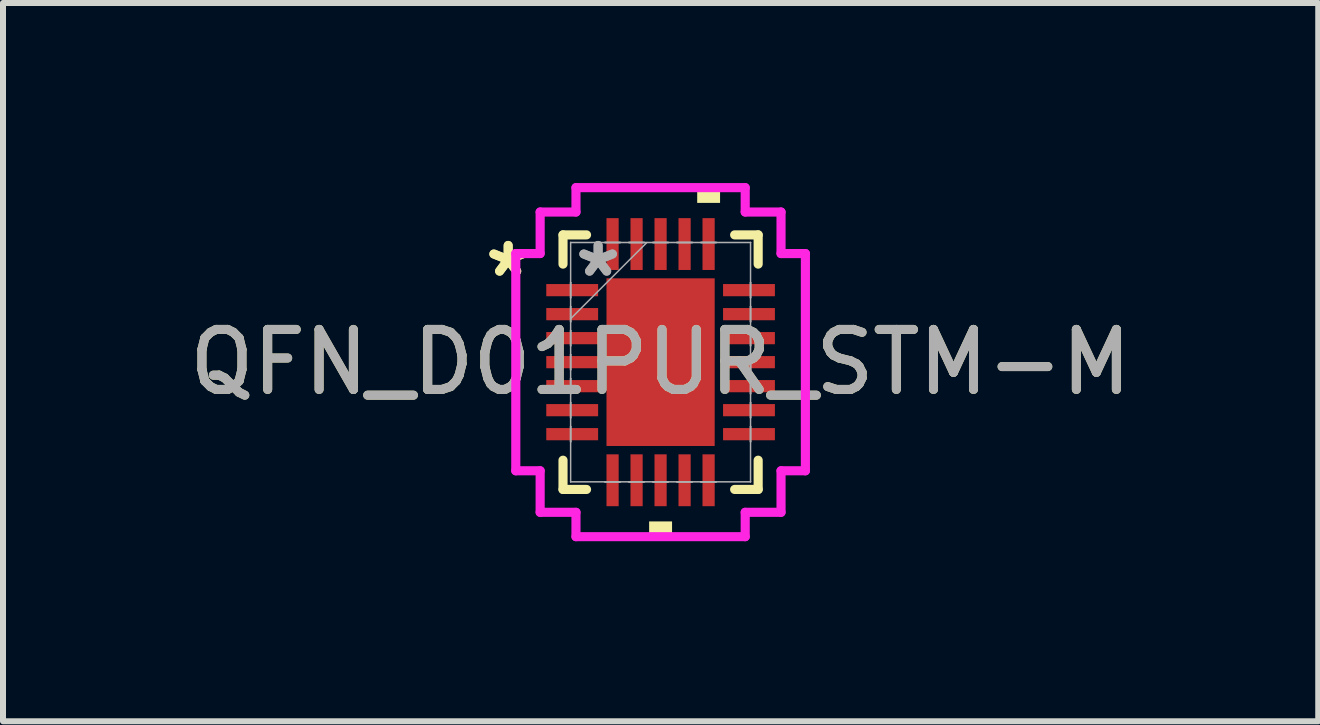
<source format=kicad_pcb>
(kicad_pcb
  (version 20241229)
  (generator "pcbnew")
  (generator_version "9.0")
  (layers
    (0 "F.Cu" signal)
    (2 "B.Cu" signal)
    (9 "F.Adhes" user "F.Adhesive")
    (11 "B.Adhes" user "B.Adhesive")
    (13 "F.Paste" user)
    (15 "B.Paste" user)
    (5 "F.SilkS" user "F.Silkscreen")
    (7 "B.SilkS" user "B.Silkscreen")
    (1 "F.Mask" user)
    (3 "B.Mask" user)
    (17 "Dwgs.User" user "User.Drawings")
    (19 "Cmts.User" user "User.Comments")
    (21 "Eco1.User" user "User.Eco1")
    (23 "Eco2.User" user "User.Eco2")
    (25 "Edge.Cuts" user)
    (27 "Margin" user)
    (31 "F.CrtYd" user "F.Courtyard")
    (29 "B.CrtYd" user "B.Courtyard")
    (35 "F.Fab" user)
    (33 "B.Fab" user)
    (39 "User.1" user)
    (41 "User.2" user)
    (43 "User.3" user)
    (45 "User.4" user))
  (footprint "QFN_D01PUR_STM-M"
    (layer "F.Cu")
    (at 7.958 2.985)
    (property "Reference" "QFN_D01PUR_STM-M" (at 0 0 0) (unlocked yes) (layer "F.SilkS") (effects (font (size 1 1) (thickness 0.15))))
    (attr smd)
    (fp_line (start -1.626 -2.121) (end -1.626 -1.634) (stroke (width 0.152) (type solid)) (layer "F.SilkS"))
    (fp_line (start -1.626 1.634) (end -1.626 2.121) (stroke (width 0.152) (type solid)) (layer "F.SilkS"))
    (fp_line (start -1.626 2.121) (end -1.234 2.121) (stroke (width 0.152) (type solid)) (layer "F.SilkS"))
    (fp_line (start -1.234 -2.121) (end -1.626 -2.121) (stroke (width 0.152) (type solid)) (layer "F.SilkS"))
    (fp_line (start 1.234 2.121) (end 1.626 2.121) (stroke (width 0.152) (type solid)) (layer "F.SilkS"))
    (fp_line (start 1.626 -2.121) (end 1.234 -2.121) (stroke (width 0.152) (type solid)) (layer "F.SilkS"))
    (fp_line (start 1.626 -1.634) (end 1.626 -2.121) (stroke (width 0.152) (type solid)) (layer "F.SilkS"))
    (fp_line (start 1.626 2.121) (end 1.626 1.634) (stroke (width 0.152) (type solid)) (layer "F.SilkS"))
    (fp_poly (pts (xy -0.191 2.654) (xy -0.191 2.908) (xy 0.191 2.908) (xy 0.191 2.654)) (stroke (width 0) (type solid)) (fill yes) (layer "F.SilkS"))
    (fp_poly (pts (xy 0.61 -2.654) (xy 0.61 -2.908) (xy 0.991 -2.908) (xy 0.991 -2.654)) (stroke (width 0) (type solid)) (fill yes) (layer "F.SilkS"))
    (fp_poly (pts (xy -0.802 -1.297) (xy -0.802 -0.1) (xy 0.802 -0.1) (xy 0.802 -1.297)) (stroke (width 0) (type solid)) (fill yes) (layer "F.Paste"))
    (fp_poly (pts (xy -0.802 0.1) (xy -0.802 1.297) (xy 0.802 1.297) (xy 0.802 0.1)) (stroke (width 0) (type solid)) (fill yes) (layer "F.Paste"))
    (fp_line (start -2.413 -1.81) (end -2.007 -1.81) (stroke (width 0.152) (type solid)) (layer "F.CrtYd"))
    (fp_line (start -2.413 1.81) (end -2.413 -1.81) (stroke (width 0.152) (type solid)) (layer "F.CrtYd"))
    (fp_line (start -2.007 -2.502) (end -1.41 -2.502) (stroke (width 0.152) (type solid)) (layer "F.CrtYd"))
    (fp_line (start -2.007 -1.81) (end -2.007 -2.502) (stroke (width 0.152) (type solid)) (layer "F.CrtYd"))
    (fp_line (start -2.007 1.81) (end -2.413 1.81) (stroke (width 0.152) (type solid)) (layer "F.CrtYd"))
    (fp_line (start -2.007 2.502) (end -2.007 1.81) (stroke (width 0.152) (type solid)) (layer "F.CrtYd"))
    (fp_line (start -1.41 -2.908) (end 1.41 -2.908) (stroke (width 0.152) (type solid)) (layer "F.CrtYd"))
    (fp_line (start -1.41 -2.502) (end -1.41 -2.908) (stroke (width 0.152) (type solid)) (layer "F.CrtYd"))
    (fp_line (start -1.41 2.502) (end -2.007 2.502) (stroke (width 0.152) (type solid)) (layer "F.CrtYd"))
    (fp_line (start -1.41 2.908) (end -1.41 2.502) (stroke (width 0.152) (type solid)) (layer "F.CrtYd"))
    (fp_line (start 1.41 -2.908) (end 1.41 -2.502) (stroke (width 0.152) (type solid)) (layer "F.CrtYd"))
    (fp_line (start 1.41 -2.502) (end 2.007 -2.502) (stroke (width 0.152) (type solid)) (layer "F.CrtYd"))
    (fp_line (start 1.41 2.502) (end 1.41 2.908) (stroke (width 0.152) (type solid)) (layer "F.CrtYd"))
    (fp_line (start 1.41 2.908) (end -1.41 2.908) (stroke (width 0.152) (type solid)) (layer "F.CrtYd"))
    (fp_line (start 2.007 -2.502) (end 2.007 -1.81) (stroke (width 0.152) (type solid)) (layer "F.CrtYd"))
    (fp_line (start 2.007 -1.81) (end 2.413 -1.81) (stroke (width 0.152) (type solid)) (layer "F.CrtYd"))
    (fp_line (start 2.007 1.81) (end 2.007 2.502) (stroke (width 0.152) (type solid)) (layer "F.CrtYd"))
    (fp_line (start 2.007 2.502) (end 1.41 2.502) (stroke (width 0.152) (type solid)) (layer "F.CrtYd"))
    (fp_line (start 2.413 -1.81) (end 2.413 1.81) (stroke (width 0.152) (type solid)) (layer "F.CrtYd"))
    (fp_line (start 2.413 1.81) (end 2.007 1.81) (stroke (width 0.152) (type solid)) (layer "F.CrtYd"))
    (fp_line (start -1.499 -1.994) (end -1.499 -1.994) (stroke (width 0.025) (type solid)) (layer "F.Fab"))
    (fp_line (start -1.499 -1.994) (end -1.499 1.994) (stroke (width 0.025) (type solid)) (layer "F.Fab"))
    (fp_line (start -1.499 -1.327) (end -1.499 -1.327) (stroke (width 0.025) (type solid)) (layer "F.Fab"))
    (fp_line (start -1.499 -1.327) (end -1.499 -1.073) (stroke (width 0.025) (type solid)) (layer "F.Fab"))
    (fp_line (start -1.499 -1.073) (end -1.499 -1.327) (stroke (width 0.025) (type solid)) (layer "F.Fab"))
    (fp_line (start -1.499 -1.073) (end -1.499 -1.073) (stroke (width 0.025) (type solid)) (layer "F.Fab"))
    (fp_line (start -1.499 -0.927) (end -1.499 -0.927) (stroke (width 0.025) (type solid)) (layer "F.Fab"))
    (fp_line (start -1.499 -0.927) (end -1.499 -0.673) (stroke (width 0.025) (type solid)) (layer "F.Fab"))
    (fp_line (start -1.499 -0.724) (end -0.229 -1.994) (stroke (width 0.025) (type solid)) (layer "F.Fab"))
    (fp_line (start -1.499 -0.673) (end -1.499 -0.927) (stroke (width 0.025) (type solid)) (layer "F.Fab"))
    (fp_line (start -1.499 -0.673) (end -1.499 -0.673) (stroke (width 0.025) (type solid)) (layer "F.Fab"))
    (fp_line (start -1.499 -0.527) (end -1.499 -0.527) (stroke (width 0.025) (type solid)) (layer "F.Fab"))
    (fp_line (start -1.499 -0.527) (end -1.499 -0.273) (stroke (width 0.025) (type solid)) (layer "F.Fab"))
    (fp_line (start -1.499 -0.273) (end -1.499 -0.527) (stroke (width 0.025) (type solid)) (layer "F.Fab"))
    (fp_line (start -1.499 -0.273) (end -1.499 -0.273) (stroke (width 0.025) (type solid)) (layer "F.Fab"))
    (fp_line (start -1.499 -0.127) (end -1.499 -0.127) (stroke (width 0.025) (type solid)) (layer "F.Fab"))
    (fp_line (start -1.499 -0.127) (end -1.499 0.127) (stroke (width 0.025) (type solid)) (layer "F.Fab"))
    (fp_line (start -1.499 0.127) (end -1.499 -0.127) (stroke (width 0.025) (type solid)) (layer "F.Fab"))
    (fp_line (start -1.499 0.127) (end -1.499 0.127) (stroke (width 0.025) (type solid)) (layer "F.Fab"))
    (fp_line (start -1.499 0.273) (end -1.499 0.273) (stroke (width 0.025) (type solid)) (layer "F.Fab"))
    (fp_line (start -1.499 0.273) (end -1.499 0.527) (stroke (width 0.025) (type solid)) (layer "F.Fab"))
    (fp_line (start -1.499 0.527) (end -1.499 0.273) (stroke (width 0.025) (type solid)) (layer "F.Fab"))
    (fp_line (start -1.499 0.527) (end -1.499 0.527) (stroke (width 0.025) (type solid)) (layer "F.Fab"))
    (fp_line (start -1.499 0.673) (end -1.499 0.673) (stroke (width 0.025) (type solid)) (layer "F.Fab"))
    (fp_line (start -1.499 0.673) (end -1.499 0.927) (stroke (width 0.025) (type solid)) (layer "F.Fab"))
    (fp_line (start -1.499 0.927) (end -1.499 0.673) (stroke (width 0.025) (type solid)) (layer "F.Fab"))
    (fp_line (start -1.499 0.927) (end -1.499 0.927) (stroke (width 0.025) (type solid)) (layer "F.Fab"))
    (fp_line (start -1.499 1.073) (end -1.499 1.073) (stroke (width 0.025) (type solid)) (layer "F.Fab"))
    (fp_line (start -1.499 1.073) (end -1.499 1.327) (stroke (width 0.025) (type solid)) (layer "F.Fab"))
    (fp_line (start -1.499 1.327) (end -1.499 1.073) (stroke (width 0.025) (type solid)) (layer "F.Fab"))
    (fp_line (start -1.499 1.327) (end -1.499 1.327) (stroke (width 0.025) (type solid)) (layer "F.Fab"))
    (fp_line (start -1.499 1.994) (end -1.499 1.994) (stroke (width 0.025) (type solid)) (layer "F.Fab"))
    (fp_line (start -1.499 1.994) (end 1.499 1.994) (stroke (width 0.025) (type solid)) (layer "F.Fab"))
    (fp_line (start -0.927 -1.994) (end -0.927 -1.994) (stroke (width 0.025) (type solid)) (layer "F.Fab"))
    (fp_line (start -0.927 -1.994) (end -0.673 -1.994) (stroke (width 0.025) (type solid)) (layer "F.Fab"))
    (fp_line (start -0.927 1.994) (end -0.927 1.994) (stroke (width 0.025) (type solid)) (layer "F.Fab"))
    (fp_line (start -0.927 1.994) (end -0.673 1.994) (stroke (width 0.025) (type solid)) (layer "F.Fab"))
    (fp_line (start -0.673 -1.994) (end -0.927 -1.994) (stroke (width 0.025) (type solid)) (layer "F.Fab"))
    (fp_line (start -0.673 -1.994) (end -0.673 -1.994) (stroke (width 0.025) (type solid)) (layer "F.Fab"))
    (fp_line (start -0.673 1.994) (end -0.927 1.994) (stroke (width 0.025) (type solid)) (layer "F.Fab"))
    (fp_line (start -0.673 1.994) (end -0.673 1.994) (stroke (width 0.025) (type solid)) (layer "F.Fab"))
    (fp_line (start -0.527 -1.994) (end -0.527 -1.994) (stroke (width 0.025) (type solid)) (layer "F.Fab"))
    (fp_line (start -0.527 -1.994) (end -0.273 -1.994) (stroke (width 0.025) (type solid)) (layer "F.Fab"))
    (fp_line (start -0.527 1.994) (end -0.527 1.994) (stroke (width 0.025) (type solid)) (layer "F.Fab"))
    (fp_line (start -0.527 1.994) (end -0.273 1.994) (stroke (width 0.025) (type solid)) (layer "F.Fab"))
    (fp_line (start -0.273 -1.994) (end -0.527 -1.994) (stroke (width 0.025) (type solid)) (layer "F.Fab"))
    (fp_line (start -0.273 -1.994) (end -0.273 -1.994) (stroke (width 0.025) (type solid)) (layer "F.Fab"))
    (fp_line (start -0.273 1.994) (end -0.527 1.994) (stroke (width 0.025) (type solid)) (layer "F.Fab"))
    (fp_line (start -0.273 1.994) (end -0.273 1.994) (stroke (width 0.025) (type solid)) (layer "F.Fab"))
    (fp_line (start -0.127 -1.994) (end -0.127 -1.994) (stroke (width 0.025) (type solid)) (layer "F.Fab"))
    (fp_line (start -0.127 -1.994) (end 0.127 -1.994) (stroke (width 0.025) (type solid)) (layer "F.Fab"))
    (fp_line (start -0.127 1.994) (end -0.127 1.994) (stroke (width 0.025) (type solid)) (layer "F.Fab"))
    (fp_line (start -0.127 1.994) (end 0.127 1.994) (stroke (width 0.025) (type solid)) (layer "F.Fab"))
    (fp_line (start 0.127 -1.994) (end -0.127 -1.994) (stroke (width 0.025) (type solid)) (layer "F.Fab"))
    (fp_line (start 0.127 -1.994) (end 0.127 -1.994) (stroke (width 0.025) (type solid)) (layer "F.Fab"))
    (fp_line (start 0.127 1.994) (end -0.127 1.994) (stroke (width 0.025) (type solid)) (layer "F.Fab"))
    (fp_line (start 0.127 1.994) (end 0.127 1.994) (stroke (width 0.025) (type solid)) (layer "F.Fab"))
    (fp_line (start 0.273 -1.994) (end 0.273 -1.994) (stroke (width 0.025) (type solid)) (layer "F.Fab"))
    (fp_line (start 0.273 -1.994) (end 0.527 -1.994) (stroke (width 0.025) (type solid)) (layer "F.Fab"))
    (fp_line (start 0.273 1.994) (end 0.273 1.994) (stroke (width 0.025) (type solid)) (layer "F.Fab"))
    (fp_line (start 0.273 1.994) (end 0.527 1.994) (stroke (width 0.025) (type solid)) (layer "F.Fab"))
    (fp_line (start 0.527 -1.994) (end 0.273 -1.994) (stroke (width 0.025) (type solid)) (layer "F.Fab"))
    (fp_line (start 0.527 -1.994) (end 0.527 -1.994) (stroke (width 0.025) (type solid)) (layer "F.Fab"))
    (fp_line (start 0.527 1.994) (end 0.273 1.994) (stroke (width 0.025) (type solid)) (layer "F.Fab"))
    (fp_line (start 0.527 1.994) (end 0.527 1.994) (stroke (width 0.025) (type solid)) (layer "F.Fab"))
    (fp_line (start 0.673 -1.994) (end 0.673 -1.994) (stroke (width 0.025) (type solid)) (layer "F.Fab"))
    (fp_line (start 0.673 -1.994) (end 0.927 -1.994) (stroke (width 0.025) (type solid)) (layer "F.Fab"))
    (fp_line (start 0.673 1.994) (end 0.673 1.994) (stroke (width 0.025) (type solid)) (layer "F.Fab"))
    (fp_line (start 0.673 1.994) (end 0.927 1.994) (stroke (width 0.025) (type solid)) (layer "F.Fab"))
    (fp_line (start 0.927 -1.994) (end 0.673 -1.994) (stroke (width 0.025) (type solid)) (layer "F.Fab"))
    (fp_line (start 0.927 -1.994) (end 0.927 -1.994) (stroke (width 0.025) (type solid)) (layer "F.Fab"))
    (fp_line (start 0.927 1.994) (end 0.673 1.994) (stroke (width 0.025) (type solid)) (layer "F.Fab"))
    (fp_line (start 0.927 1.994) (end 0.927 1.994) (stroke (width 0.025) (type solid)) (layer "F.Fab"))
    (fp_line (start 1.499 -1.994) (end -1.499 -1.994) (stroke (width 0.025) (type solid)) (layer "F.Fab"))
    (fp_line (start 1.499 -1.994) (end 1.499 -1.994) (stroke (width 0.025) (type solid)) (layer "F.Fab"))
    (fp_line (start 1.499 -1.327) (end 1.499 -1.327) (stroke (width 0.025) (type solid)) (layer "F.Fab"))
    (fp_line (start 1.499 -1.327) (end 1.499 -1.073) (stroke (width 0.025) (type solid)) (layer "F.Fab"))
    (fp_line (start 1.499 -1.073) (end 1.499 -1.327) (stroke (width 0.025) (type solid)) (layer "F.Fab"))
    (fp_line (start 1.499 -1.073) (end 1.499 -1.073) (stroke (width 0.025) (type solid)) (layer "F.Fab"))
    (fp_line (start 1.499 -0.927) (end 1.499 -0.927) (stroke (width 0.025) (type solid)) (layer "F.Fab"))
    (fp_line (start 1.499 -0.927) (end 1.499 -0.673) (stroke (width 0.025) (type solid)) (layer "F.Fab"))
    (fp_line (start 1.499 -0.673) (end 1.499 -0.927) (stroke (width 0.025) (type solid)) (layer "F.Fab"))
    (fp_line (start 1.499 -0.673) (end 1.499 -0.673) (stroke (width 0.025) (type solid)) (layer "F.Fab"))
    (fp_line (start 1.499 -0.527) (end 1.499 -0.527) (stroke (width 0.025) (type solid)) (layer "F.Fab"))
    (fp_line (start 1.499 -0.527) (end 1.499 -0.273) (stroke (width 0.025) (type solid)) (layer "F.Fab"))
    (fp_line (start 1.499 -0.273) (end 1.499 -0.527) (stroke (width 0.025) (type solid)) (layer "F.Fab"))
    (fp_line (start 1.499 -0.273) (end 1.499 -0.273) (stroke (width 0.025) (type solid)) (layer "F.Fab"))
    (fp_line (start 1.499 -0.127) (end 1.499 -0.127) (stroke (width 0.025) (type solid)) (layer "F.Fab"))
    (fp_line (start 1.499 -0.127) (end 1.499 0.127) (stroke (width 0.025) (type solid)) (layer "F.Fab"))
    (fp_line (start 1.499 0.127) (end 1.499 -0.127) (stroke (width 0.025) (type solid)) (layer "F.Fab"))
    (fp_line (start 1.499 0.127) (end 1.499 0.127) (stroke (width 0.025) (type solid)) (layer "F.Fab"))
    (fp_line (start 1.499 0.273) (end 1.499 0.273) (stroke (width 0.025) (type solid)) (layer "F.Fab"))
    (fp_line (start 1.499 0.273) (end 1.499 0.527) (stroke (width 0.025) (type solid)) (layer "F.Fab"))
    (fp_line (start 1.499 0.527) (end 1.499 0.273) (stroke (width 0.025) (type solid)) (layer "F.Fab"))
    (fp_line (start 1.499 0.527) (end 1.499 0.527) (stroke (width 0.025) (type solid)) (layer "F.Fab"))
    (fp_line (start 1.499 0.673) (end 1.499 0.673) (stroke (width 0.025) (type solid)) (layer "F.Fab"))
    (fp_line (start 1.499 0.673) (end 1.499 0.927) (stroke (width 0.025) (type solid)) (layer "F.Fab"))
    (fp_line (start 1.499 0.927) (end 1.499 0.673) (stroke (width 0.025) (type solid)) (layer "F.Fab"))
    (fp_line (start 1.499 0.927) (end 1.499 0.927) (stroke (width 0.025) (type solid)) (layer "F.Fab"))
    (fp_line (start 1.499 1.073) (end 1.499 1.073) (stroke (width 0.025) (type solid)) (layer "F.Fab"))
    (fp_line (start 1.499 1.073) (end 1.499 1.327) (stroke (width 0.025) (type solid)) (layer "F.Fab"))
    (fp_line (start 1.499 1.327) (end 1.499 1.073) (stroke (width 0.025) (type solid)) (layer "F.Fab"))
    (fp_line (start 1.499 1.327) (end 1.499 1.327) (stroke (width 0.025) (type solid)) (layer "F.Fab"))
    (fp_line (start 1.499 1.994) (end 1.499 -1.994) (stroke (width 0.025) (type solid)) (layer "F.Fab"))
    (fp_line (start 1.499 1.994) (end 1.499 1.994) (stroke (width 0.025) (type solid)) (layer "F.Fab"))
    (fp_text user "*" (at -2.54 -1.4 0) (layer "F.SilkS") (effects (font (size 1 1) (thickness 0.15))))
    (fp_text user "*" (at -2.54 -1.4 0) (unlocked yes) (layer "F.SilkS") (effects (font (size 1 1) (thickness 0.15))))
    (fp_text user "*" (at -1.041 -1.4 0) (unlocked yes) (layer "F.Fab") (effects (font (size 1 1) (thickness 0.15))))
    (fp_text user "${REFERENCE}" (at 0 0 0) (unlocked yes) (layer "F.Fab") (effects (font (size 1 1) (thickness 0.15))))
    (fp_text user "*" (at -1.041 -1.4 0) (layer "F.Fab") (effects (font (size 1 1) (thickness 0.15))))
    (pad "1" smd rect (at -1.473 -1.2 90) (size 0.203 0.864) (layers "F.Cu" "F.Mask" "F.Paste"))
    (pad "2" smd rect (at -1.473 -0.8 90) (size 0.203 0.864) (layers "F.Cu" "F.Mask" "F.Paste"))
    (pad "3" smd rect (at -1.473 -0.4 90) (size 0.203 0.864) (layers "F.Cu" "F.Mask" "F.Paste"))
    (pad "4" smd rect (at -1.473 0 90) (size 0.203 0.864) (layers "F.Cu" "F.Mask" "F.Paste"))
    (pad "5" smd rect (at -1.473 0.4 90) (size 0.203 0.864) (layers "F.Cu" "F.Mask" "F.Paste"))
    (pad "6" smd rect (at -1.473 0.8 90) (size 0.203 0.864) (layers "F.Cu" "F.Mask" "F.Paste"))
    (pad "7" smd rect (at -1.473 1.2 90) (size 0.203 0.864) (layers "F.Cu" "F.Mask" "F.Paste"))
    (pad "8" smd rect (at -0.8 1.968) (size 0.203 0.864) (layers "F.Cu" "F.Mask" "F.Paste"))
    (pad "9" smd rect (at -0.4 1.968) (size 0.203 0.864) (layers "F.Cu" "F.Mask" "F.Paste"))
    (pad "10" smd rect (at 0 1.968) (size 0.203 0.864) (layers "F.Cu" "F.Mask" "F.Paste"))
    (pad "11" smd rect (at 0.4 1.968) (size 0.203 0.864) (layers "F.Cu" "F.Mask" "F.Paste"))
    (pad "12" smd rect (at 0.8 1.968) (size 0.203 0.864) (layers "F.Cu" "F.Mask" "F.Paste"))
    (pad "13" smd rect (at 1.473 1.2 90) (size 0.203 0.864) (layers "F.Cu" "F.Mask" "F.Paste"))
    (pad "14" smd rect (at 1.473 0.8 90) (size 0.203 0.864) (layers "F.Cu" "F.Mask" "F.Paste"))
    (pad "15" smd rect (at 1.473 0.4 90) (size 0.203 0.864) (layers "F.Cu" "F.Mask" "F.Paste"))
    (pad "16" smd rect (at 1.473 0 90) (size 0.203 0.864) (layers "F.Cu" "F.Mask" "F.Paste"))
    (pad "17" smd rect (at 1.473 -0.4 90) (size 0.203 0.864) (layers "F.Cu" "F.Mask" "F.Paste"))
    (pad "18" smd rect (at 1.473 -0.8 90) (size 0.203 0.864) (layers "F.Cu" "F.Mask" "F.Paste"))
    (pad "19" smd rect (at 1.473 -1.2 90) (size 0.203 0.864) (layers "F.Cu" "F.Mask" "F.Paste"))
    (pad "20" smd rect (at 0.8 -1.968) (size 0.203 0.864) (layers "F.Cu" "F.Mask" "F.Paste"))
    (pad "21" smd rect (at 0.4 -1.968) (size 0.203 0.864) (layers "F.Cu" "F.Mask" "F.Paste"))
    (pad "22" smd rect (at 0 -1.968) (size 0.203 0.864) (layers "F.Cu" "F.Mask" "F.Paste"))
    (pad "23" smd rect (at -0.4 -1.968) (size 0.203 0.864) (layers "F.Cu" "F.Mask" "F.Paste"))
    (pad "24" smd rect (at -0.8 -1.968) (size 0.203 0.864) (layers "F.Cu" "F.Mask" "F.Paste"))
    (pad "25" smd rect (at 0 0) (size 1.803 2.794) (layers "F.Cu" "F.Mask" "F.Paste")))
  (gr_rect
    (start -3 -3)
    (end 18.917 8.969)
    (stroke (width 0.1) (type default))
    (fill no)
    (layer "Edge.Cuts")))
</source>
